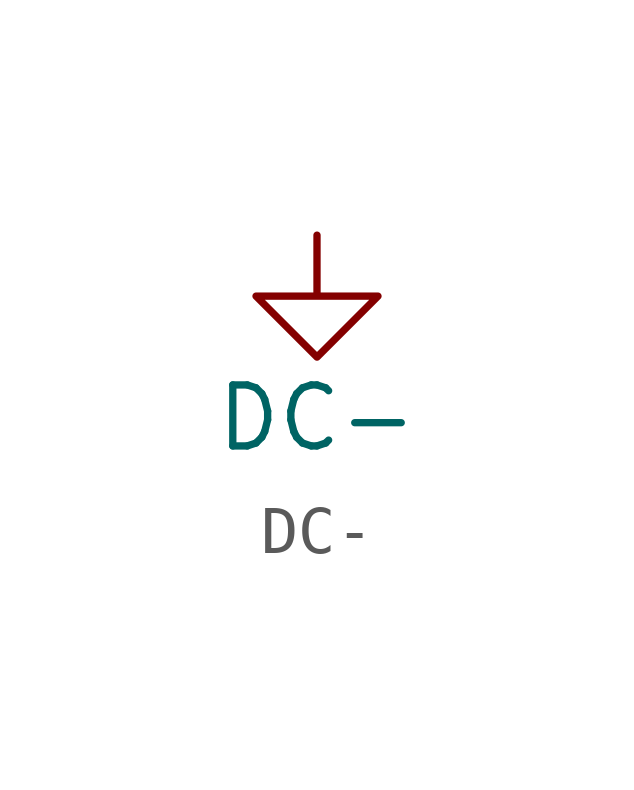
<source format=kicad_sym>
(kicad_symbol_lib
  (version 20220914)
  (generator kicad_symbol_editor)
  (symbol "DC-"
    (power)
    (pin_numbers hide)
    (pin_names
      (offset 0))
    (property "Reference" "#PWR"
      (at 2.54 -2.54 90)
      (effects (font (size 1.27 1.27)) hide))
    (property "Value" "DC-"
      (at 0 -3.81 0)
      (effects (font (size 1.27 1.27))))
    (symbol "DC-_1_1"
      (polyline (pts (xy 0 0) (xy 0 -1.27) (xy 1.27 -1.27) (xy 0 -2.54) (xy -1.27 -1.27) (xy 0 -1.27)) (stroke (width 0) (type default)) (fill (type none)))
      (pin power_in line (at 0 0 90) (length 0) hide (name "DC-" (effects (font (size 1.27 1.27)))) (number "1" (effects (font (size 1.27 1.27))))))))
</source>
